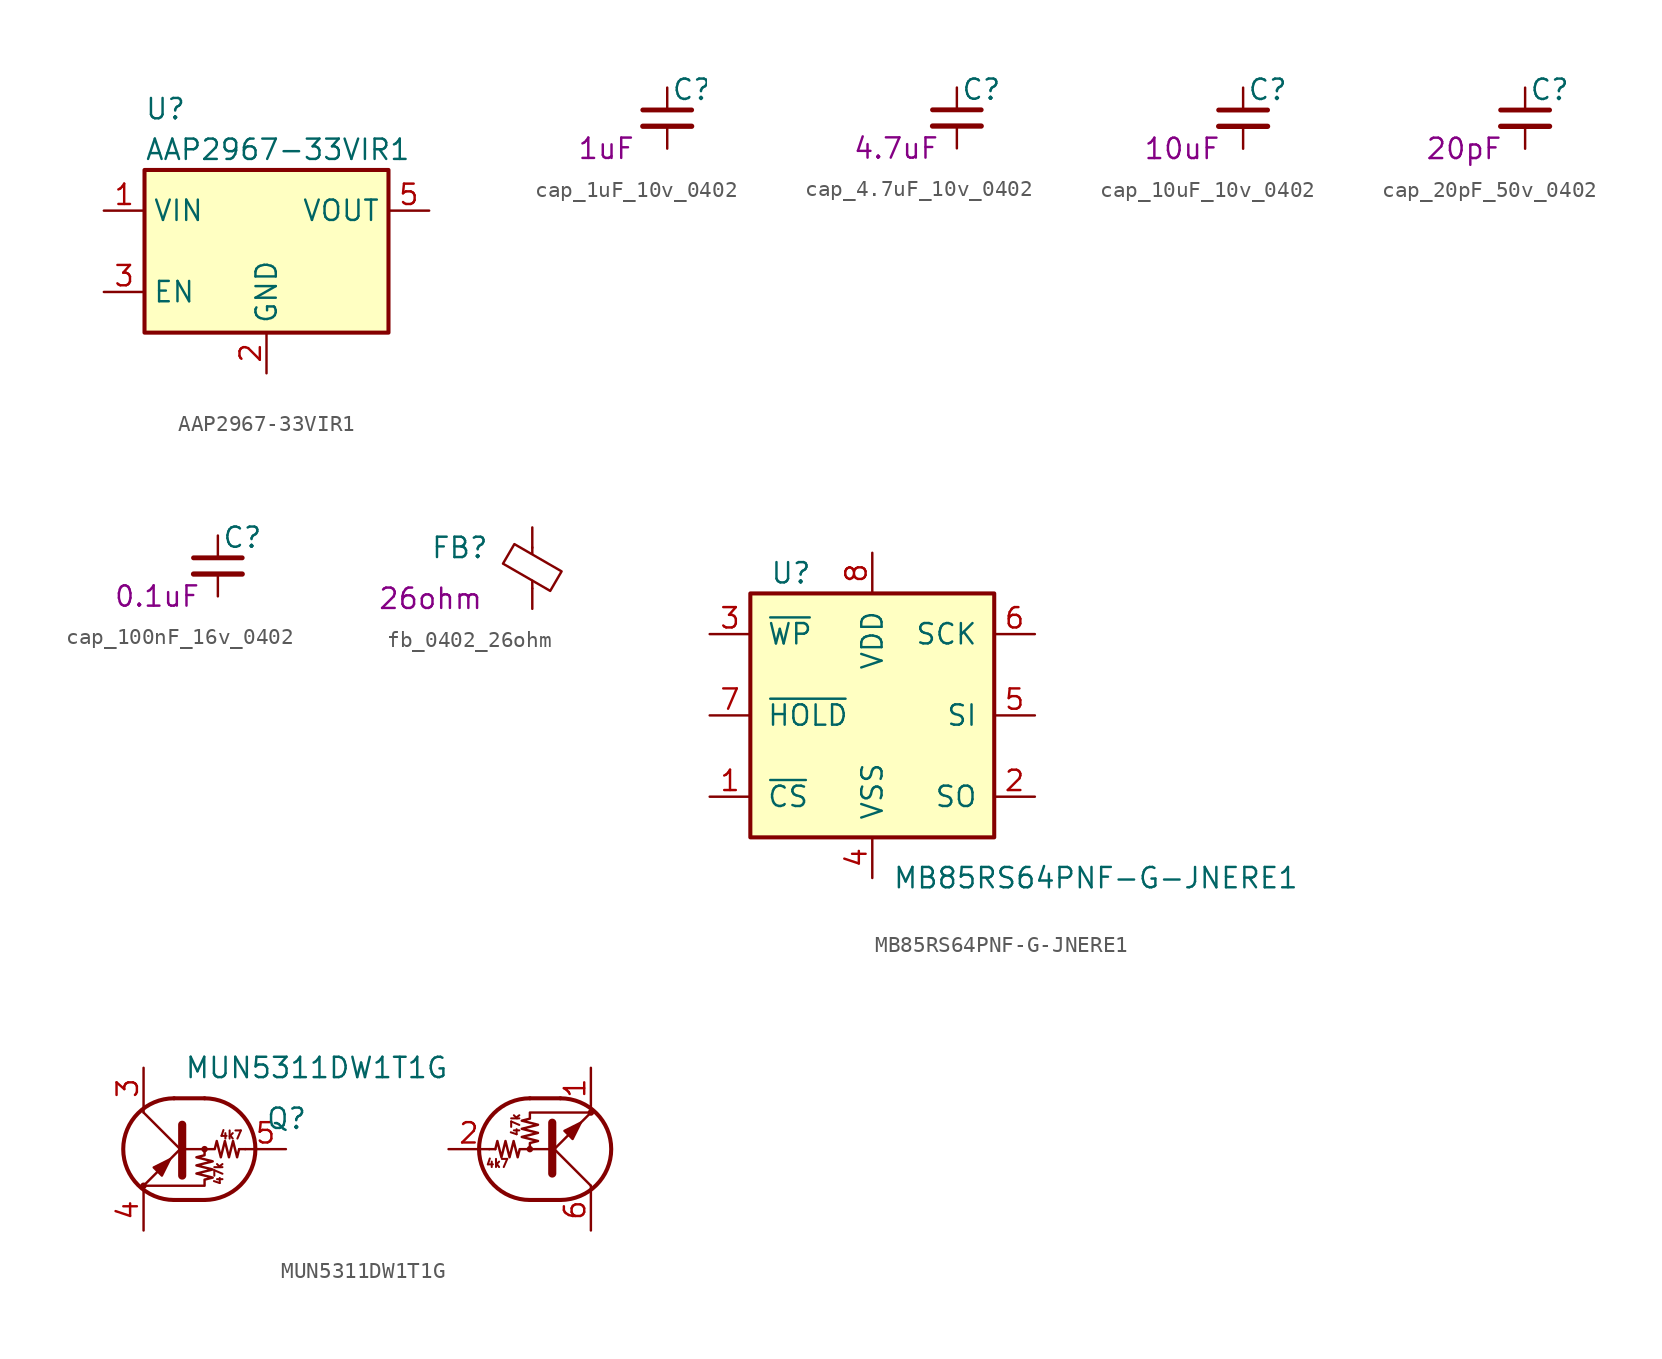
<source format=kicad_sym>
(kicad_symbol_lib
  (version 20220914)
  (generator kicad_symbol_editor)
  (symbol "AAP2967-33VIR1"
    (property "Reference" "U"
      (at -7.62 8.89 0)
      (effects (font (size 1.27 1.27)) (justify left)))
    (property "Value" "AAP2967-33VIR1"
      (at -7.62 6.35 0)
      (effects (font (size 1.27 1.27)) (justify left)))
    (symbol "AAP2967-33VIR1_0_1"
      (rectangle (start -7.62 -5.08) (end 7.62 5.08) (stroke (width 0.254) (type default)) (fill (type background))))
    (symbol "AAP2967-33VIR1_1_1"
      (pin power_in line (at -10.16 2.54 0) (length 2.54) (name "VIN" (effects (font (size 1.27 1.27)))) (number "1" (effects (font (size 1.27 1.27)))))
      (pin power_in line (at 0 -7.62 90) (length 2.54) (name "GND" (effects (font (size 1.27 1.27)))) (number "2" (effects (font (size 1.27 1.27)))))
      (pin input line (at -10.16 -2.54 0) (length 2.54) (name "EN" (effects (font (size 1.27 1.27)))) (number "3" (effects (font (size 1.27 1.27)))))
      (pin no_connect line (at 7.62 -2.54 180) (length 2.54) hide (name "NC" (effects (font (size 1.27 1.27)))) (number "4" (effects (font (size 1.27 1.27)))))
      (pin power_out line (at 10.16 2.54 180) (length 2.54) (name "VOUT" (effects (font (size 1.27 1.27)))) (number "5" (effects (font (size 1.27 1.27)))))))
  (symbol "cap_1uF_10v_0402"
    (pin_numbers hide)
    (pin_names
      (offset 0.254) hide)
    (property "Reference" "C"
      (at 0.254 1.143 0)
      (effects (font (size 1.27 1.27)) (justify left)))
    (property "Display value" "1uF"
      (at -3.81 -2.54 0)
      (effects (font (size 1.27 1.27))))
    (symbol "cap_1uF_10v_0402_0_1"
      (polyline (pts (xy -1.524 -1.143) (xy 1.524 -1.143)) (stroke (width 0.33) (type default)) (fill (type none)))
      (polyline (pts (xy -1.524 -0.127) (xy 1.524 -0.127)) (stroke (width 0.305) (type default)) (fill (type none))))
    (symbol "cap_1uF_10v_0402_1_1"
      (pin passive line (at 0 1.27 270) (length 1.27) (name "~" (effects (font (size 1.27 1.27)))) (number "1" (effects (font (size 1.27 1.27)))))
      (pin passive line (at 0 -2.54 90) (length 1.27) (name "~" (effects (font (size 1.27 1.27)))) (number "2" (effects (font (size 1.27 1.27)))))))
  (symbol "cap_4.7uF_10v_0402"
    (pin_numbers hide)
    (pin_names
      (offset 0.254) hide)
    (property "Reference" "C"
      (at 0.254 1.143 0)
      (effects (font (size 1.27 1.27)) (justify left)))
    (property "Display value" "4.7uF"
      (at -3.81 -2.54 0)
      (effects (font (size 1.27 1.27))))
    (symbol "cap_4.7uF_10v_0402_0_1"
      (polyline (pts (xy -1.524 -1.143) (xy 1.524 -1.143)) (stroke (width 0.33) (type default)) (fill (type none)))
      (polyline (pts (xy -1.524 -0.127) (xy 1.524 -0.127)) (stroke (width 0.305) (type default)) (fill (type none))))
    (symbol "cap_4.7uF_10v_0402_1_1"
      (pin passive line (at 0 1.27 270) (length 1.27) (name "~" (effects (font (size 1.27 1.27)))) (number "1" (effects (font (size 1.27 1.27)))))
      (pin passive line (at 0 -2.54 90) (length 1.27) (name "~" (effects (font (size 1.27 1.27)))) (number "2" (effects (font (size 1.27 1.27)))))))
  (symbol "cap_10uF_10v_0402"
    (pin_numbers hide)
    (pin_names
      (offset 0.254) hide)
    (property "Reference" "C"
      (at 0.254 1.143 0)
      (effects (font (size 1.27 1.27)) (justify left)))
    (property "Display value" "10uF"
      (at -3.81 -2.54 0)
      (effects (font (size 1.27 1.27))))
    (symbol "cap_10uF_10v_0402_0_1"
      (polyline (pts (xy -1.524 -1.143) (xy 1.524 -1.143)) (stroke (width 0.33) (type default)) (fill (type none)))
      (polyline (pts (xy -1.524 -0.127) (xy 1.524 -0.127)) (stroke (width 0.305) (type default)) (fill (type none))))
    (symbol "cap_10uF_10v_0402_1_1"
      (pin passive line (at 0 1.27 270) (length 1.27) (name "~" (effects (font (size 1.27 1.27)))) (number "1" (effects (font (size 1.27 1.27)))))
      (pin passive line (at 0 -2.54 90) (length 1.27) (name "~" (effects (font (size 1.27 1.27)))) (number "2" (effects (font (size 1.27 1.27)))))))
  (symbol "cap_20pF_50v_0402"
    (pin_numbers hide)
    (pin_names
      (offset 0.254) hide)
    (property "Reference" "C"
      (at 0.254 1.143 0)
      (effects (font (size 1.27 1.27)) (justify left)))
    (property "Display value" "20pF"
      (at -3.81 -2.54 0)
      (effects (font (size 1.27 1.27))))
    (symbol "cap_20pF_50v_0402_0_1"
      (polyline (pts (xy -1.524 -1.143) (xy 1.524 -1.143)) (stroke (width 0.33) (type default)) (fill (type none)))
      (polyline (pts (xy -1.524 -0.127) (xy 1.524 -0.127)) (stroke (width 0.305) (type default)) (fill (type none))))
    (symbol "cap_20pF_50v_0402_1_1"
      (pin passive line (at 0 1.27 270) (length 1.27) (name "~" (effects (font (size 1.27 1.27)))) (number "1" (effects (font (size 1.27 1.27)))))
      (pin passive line (at 0 -2.54 90) (length 1.27) (name "~" (effects (font (size 1.27 1.27)))) (number "2" (effects (font (size 1.27 1.27)))))))
  (symbol "cap_100nF_16v_0402"
    (pin_numbers hide)
    (pin_names
      (offset 0.254) hide)
    (property "Reference" "C"
      (at 0.254 1.143 0)
      (effects (font (size 1.27 1.27)) (justify left)))
    (property "Display value" "0.1uF"
      (at -3.81 -2.54 0)
      (effects (font (size 1.27 1.27))))
    (symbol "cap_100nF_16v_0402_0_1"
      (polyline (pts (xy -1.524 -1.143) (xy 1.524 -1.143)) (stroke (width 0.33) (type default)) (fill (type none)))
      (polyline (pts (xy -1.524 -0.127) (xy 1.524 -0.127)) (stroke (width 0.305) (type default)) (fill (type none))))
    (symbol "cap_100nF_16v_0402_1_1"
      (pin passive line (at 0 1.27 270) (length 1.27) (name "~" (effects (font (size 1.27 1.27)))) (number "1" (effects (font (size 1.27 1.27)))))
      (pin passive line (at 0 -2.54 90) (length 1.27) (name "~" (effects (font (size 1.27 1.27)))) (number "2" (effects (font (size 1.27 1.27)))))))
  (symbol "fb_0402_26ohm"
    (pin_numbers hide)
    (pin_names
      (offset 0))
    (property "Reference" "FB"
      (at -6.35 1.27 0)
      (effects (font (size 1.27 1.27)) (justify left)))
    (property "Display value" "26ohm"
      (at -6.35 -1.905 0)
      (effects (font (size 1.27 1.27))))
    (symbol "fb_0402_26ohm_0_1"
      (polyline (pts (xy 0 -1.27) (xy 0 -0.787)) (stroke (width 0) (type default)) (fill (type none)))
      (polyline (pts (xy 0 0.889) (xy 0 1.295)) (stroke (width 0) (type default)) (fill (type none)))
      (polyline (pts (xy -1.829 0.279) (xy -1.118 1.499) (xy 1.829 -0.203) (xy 1.118 -1.422) (xy -1.829 0.279)) (stroke (width 0) (type default)) (fill (type none))))
    (symbol "fb_0402_26ohm_1_1"
      (pin passive line (at 0 2.54 270) (length 1.27) (name "~" (effects (font (size 1.27 1.27)))) (number "1" (effects (font (size 1.27 1.27)))))
      (pin passive line (at 0 -2.54 90) (length 1.27) (name "~" (effects (font (size 1.27 1.27)))) (number "2" (effects (font (size 1.27 1.27)))))))
  (symbol "MB85RS64PNF-G-JNERE1"
    (pin_names
      (offset 1.016))
    (property "Reference" "U"
      (at -5.08 8.89 0)
      (effects (font (size 1.27 1.27))))
    (property "Value" "MB85RS64PNF-G-JNERE1"
      (at 13.97 -10.16 0)
      (effects (font (size 1.27 1.27))))
    (symbol "MB85RS64PNF-G-JNERE1_1_1"
      (rectangle (start -7.62 7.62) (end 7.62 -7.62) (stroke (width 0.254) (type default)) (fill (type background)))
      (pin input line (at -10.16 -5.08 0) (length 2.54) (name "~{CS}" (effects (font (size 1.27 1.27)))) (number "1" (effects (font (size 1.27 1.27)))))
      (pin output line (at 10.16 -5.08 180) (length 2.54) (name "SO" (effects (font (size 1.27 1.27)))) (number "2" (effects (font (size 1.27 1.27)))))
      (pin input line (at -10.16 5.08 0) (length 2.54) (name "~{WP}" (effects (font (size 1.27 1.27)))) (number "3" (effects (font (size 1.27 1.27)))))
      (pin power_in line (at 0 -10.16 90) (length 2.54) (name "VSS" (effects (font (size 1.27 1.27)))) (number "4" (effects (font (size 1.27 1.27)))))
      (pin bidirectional line (at 10.16 0 180) (length 2.54) (name "SI" (effects (font (size 1.27 1.27)))) (number "5" (effects (font (size 1.27 1.27)))))
      (pin input line (at 10.16 5.08 180) (length 2.54) (name "SCK" (effects (font (size 1.27 1.27)))) (number "6" (effects (font (size 1.27 1.27)))))
      (pin input line (at -10.16 0 0) (length 2.54) (name "~{HOLD}" (effects (font (size 1.27 1.27)))) (number "7" (effects (font (size 1.27 1.27)))))
      (pin power_in line (at 0 10.16 270) (length 2.54) (name "VDD" (effects (font (size 1.27 1.27)))) (number "8" (effects (font (size 1.27 1.27)))))))
  (symbol "MUN5311DW1T1G"
    (pin_names
      (offset 0) hide)
    (property "Reference" "Q"
      (at 7.62 1.905 0)
      (effects (font (size 1.27 1.27)) (justify left)))
    (property "Value" "MUN5311DW1T1G"
      (at 2.54 5.08 0)
      (effects (font (size 1.27 1.27)) (justify left)))
    (symbol "MUN5311DW1T1G_0_0"
      (text "47k" (at 4.699 -1.524 900) (effects (font (size 0.508 0.508))))
      (text "4k7" (at 5.461 0.889 0) (effects (font (size 0.508 0.508)))))
    (symbol "MUN5311DW1T1G_0_1"
      (circle (center 0 -2.286) (radius 0.127) (stroke (width 0) (type default)) (fill (type none)))
      (polyline (pts (xy 0 2.286) (xy 0 2.54)) (stroke (width 0) (type default)) (fill (type none)))
      (polyline (pts (xy 2.413 1.524) (xy 2.413 -1.651)) (stroke (width 0.508) (type default)) (fill (type outline)))
      (polyline (pts (xy 2.54 -0.254) (xy 0 2.286)) (stroke (width 0) (type default)) (fill (type none)))
      (polyline (pts (xy 3.81 -3.175) (xy 1.905 -3.175)) (stroke (width 0.254) (type default)) (fill (type none)))
      (polyline (pts (xy 3.81 3.175) (xy 1.905 3.175)) (stroke (width 0.254) (type default)) (fill (type none)))
      (polyline (pts (xy 5.969 0) (xy 6.35 0)) (stroke (width 0) (type default)) (fill (type none)))
      (polyline (pts (xy 0 -2.286) (xy 2.54 0.254) (xy 2.54 0.254)) (stroke (width 0) (type default)) (fill (type none)))
      (polyline (pts (xy 1.143 -1.651) (xy 0.635 -1.143) (xy 1.651 -0.635) (xy 1.143 -1.651)) (stroke (width 0) (type default)) (fill (type outline)))
      (polyline (pts (xy 2.54 0) (xy 4.445 0) (xy 4.572 0.508) (xy 4.826 -0.508) (xy 5.08 0.508) (xy 5.334 -0.508) (xy 5.588 0.508) (xy 5.842 -0.508) (xy 5.969 0)) (stroke (width 0) (type default)) (fill (type none)))
      (polyline (pts (xy 3.81 0) (xy 3.81 -0.381) (xy 3.302 -0.508) (xy 4.318 -0.762) (xy 3.302 -1.016) (xy 4.318 -1.27) (xy 3.302 -1.524) (xy 4.318 -1.778) (xy 3.81 -1.905) (xy 3.81 -2.286) (xy 0 -2.286)) (stroke (width 0) (type default)) (fill (type none)))
      (arc (start 1.905 3.175) (mid -1.2562 0) (end 1.905 -3.175) (stroke (width 0.254) (type default)) (fill (type none)))
      (arc (start 3.81 -3.175) (mid 6.9712 0) (end 3.81 3.175) (stroke (width 0.254) (type default)) (fill (type none)))
      (circle (center 3.81 0) (radius 0.127) (stroke (width 0) (type default)) (fill (type none))))
    (symbol "MUN5311DW1T1G_1_1"
      (polyline (pts (xy 21.971 0) (xy 21.59 0)) (stroke (width 0) (type default)) (fill (type none)))
      (polyline (pts (xy 24.13 -3.175) (xy 26.035 -3.175)) (stroke (width 0.254) (type default)) (fill (type none)))
      (polyline (pts (xy 24.13 3.175) (xy 26.035 3.175)) (stroke (width 0.254) (type default)) (fill (type none)))
      (polyline (pts (xy 25.4 0.254) (xy 27.94 -2.286)) (stroke (width 0) (type default)) (fill (type none)))
      (polyline (pts (xy 25.527 -1.524) (xy 25.527 1.651)) (stroke (width 0.508) (type default)) (fill (type outline)))
      (polyline (pts (xy 27.94 -2.286) (xy 27.94 -2.54)) (stroke (width 0) (type default)) (fill (type none)))
      (polyline (pts (xy 27.94 2.286) (xy 25.4 -0.254) (xy 25.4 -0.254)) (stroke (width 0) (type default)) (fill (type none)))
      (polyline (pts (xy 26.289 1.143) (xy 26.797 0.635) (xy 27.305 1.651) (xy 26.289 1.143)) (stroke (width 0) (type default)) (fill (type outline)))
      (polyline (pts (xy 25.4 0) (xy 23.495 0) (xy 23.368 -0.508) (xy 23.114 0.508) (xy 22.86 -0.508) (xy 22.606 0.508) (xy 22.352 -0.508) (xy 22.098 0.508) (xy 21.971 0)) (stroke (width 0) (type default)) (fill (type none)))
      (polyline (pts (xy 24.13 0) (xy 24.13 0.381) (xy 24.638 0.508) (xy 23.622 0.762) (xy 24.638 1.016) (xy 23.622 1.27) (xy 24.638 1.524) (xy 23.622 1.778) (xy 24.13 1.905) (xy 24.13 2.286) (xy 27.94 2.286)) (stroke (width 0) (type default)) (fill (type none)))
      (circle (center 24.13 0) (radius 0.127) (stroke (width 0) (type default)) (fill (type none)))
      (arc (start 24.13 3.175) (mid 20.9688 0) (end 24.13 -3.175) (stroke (width 0.254) (type default)) (fill (type none)))
      (arc (start 26.035 -3.175) (mid 29.1962 0) (end 26.035 3.175) (stroke (width 0.254) (type default)) (fill (type none)))
      (circle (center 27.94 2.286) (radius 0.127) (stroke (width 0) (type default)) (fill (type none)))
      (text "47k" (at 23.241 1.524 900) (effects (font (size 0.508 0.508))))
      (text "4k7" (at 22.098 -0.889 0) (effects (font (size 0.508 0.508))))
      (pin passive line (at 27.94 5.08 270) (length 2.54) (name "E" (effects (font (size 1.27 1.27)))) (number "1" (effects (font (size 1.27 1.27)))))
      (pin input line (at 19.05 0 0) (length 2.54) (name "B" (effects (font (size 1.27 1.27)))) (number "2" (effects (font (size 1.27 1.27)))))
      (pin passive line (at 0 5.08 270) (length 2.54) (name "C" (effects (font (size 1.27 1.27)))) (number "3" (effects (font (size 1.27 1.27)))))
      (pin passive line (at 0 -5.08 90) (length 2.54) (name "E" (effects (font (size 1.27 1.27)))) (number "4" (effects (font (size 1.27 1.27)))))
      (pin input line (at 8.89 0 180) (length 2.54) (name "5" (effects (font (size 1.27 1.27)))) (number "5" (effects (font (size 1.27 1.27)))))
      (pin passive line (at 27.94 -5.08 90) (length 2.54) (name "C" (effects (font (size 1.27 1.27)))) (number "6" (effects (font (size 1.27 1.27))))))))
</source>
